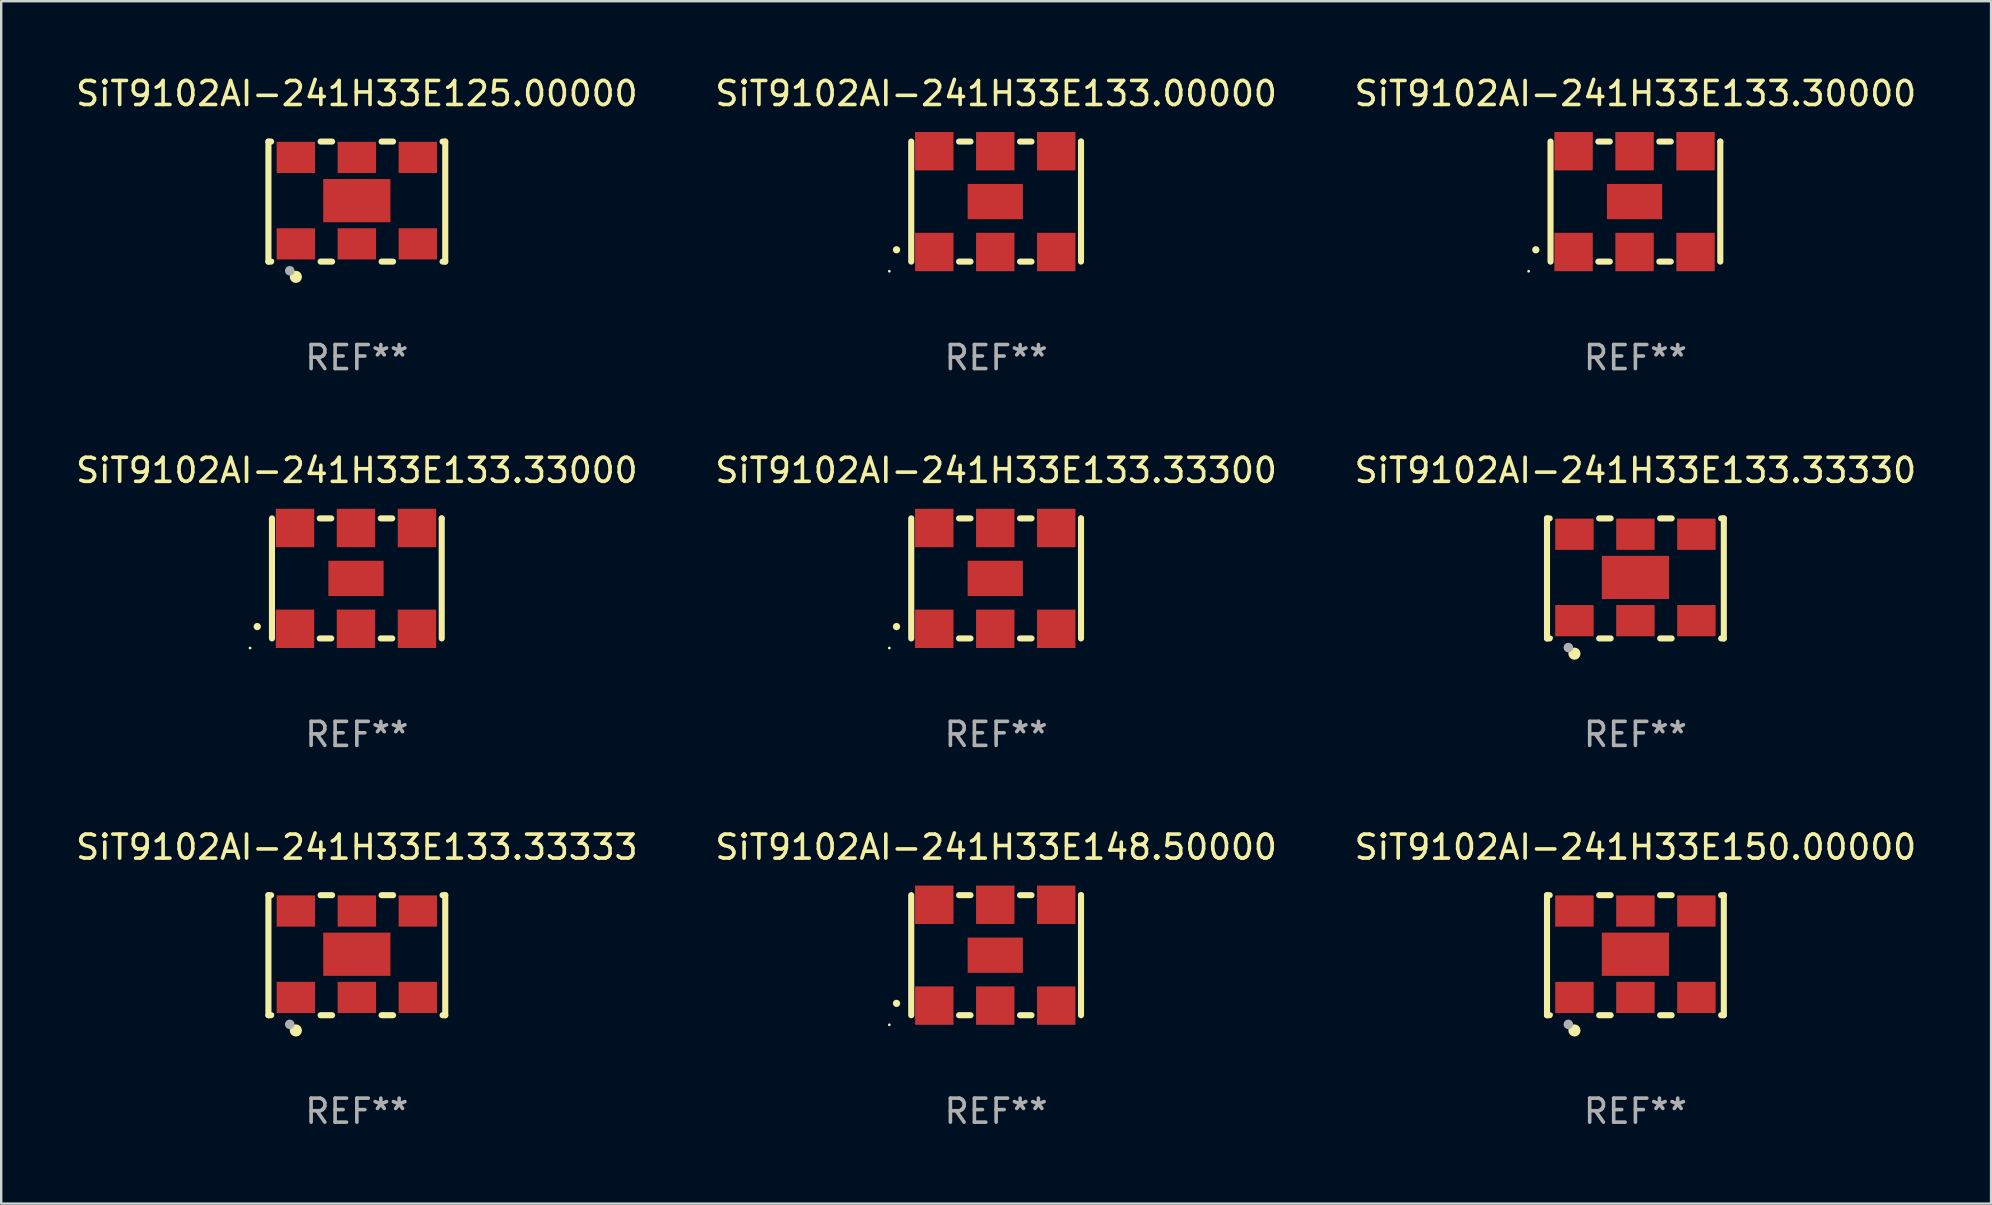
<source format=kicad_pcb>
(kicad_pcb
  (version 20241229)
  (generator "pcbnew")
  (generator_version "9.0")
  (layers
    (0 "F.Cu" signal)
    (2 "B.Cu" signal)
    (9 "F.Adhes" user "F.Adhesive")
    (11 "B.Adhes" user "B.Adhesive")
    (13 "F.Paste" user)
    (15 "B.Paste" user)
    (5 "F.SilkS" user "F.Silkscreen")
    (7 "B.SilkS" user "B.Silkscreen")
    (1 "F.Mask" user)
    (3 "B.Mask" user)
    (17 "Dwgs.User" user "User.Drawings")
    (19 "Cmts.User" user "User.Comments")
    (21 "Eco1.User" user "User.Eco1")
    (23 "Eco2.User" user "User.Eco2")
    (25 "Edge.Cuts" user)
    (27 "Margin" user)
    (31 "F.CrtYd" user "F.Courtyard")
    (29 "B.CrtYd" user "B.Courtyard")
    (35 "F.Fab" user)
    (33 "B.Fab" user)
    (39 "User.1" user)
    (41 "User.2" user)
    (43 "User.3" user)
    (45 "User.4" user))
  (footprint "SiT9102AI-241H33E133.33000"
    (layer "F.Cu")
    (at 11.815 21.045)
    (property "Reference" "SiT9102AI-241H33E133.33000" (at 0 -4.5 0) (layer "F.SilkS") (effects (font (size 1 1) (thickness 0.15))))
    (attr through_hole)
    (fp_line (start -3.536 -2.5) (end -3.536 2.5) (stroke (width 0.254) (type solid)) (layer "F.SilkS"))
    (fp_line (start -1.544 2.5) (end -1.067 2.5) (stroke (width 0.254) (type solid)) (layer "F.SilkS"))
    (fp_line (start -1.067 -2.5) (end -1.544 -2.5) (stroke (width 0.254) (type solid)) (layer "F.SilkS"))
    (fp_line (start 0.996 2.5) (end 1.473 2.5) (stroke (width 0.254) (type solid)) (layer "F.SilkS"))
    (fp_line (start 1.473 -2.5) (end 0.996 -2.5) (stroke (width 0.254) (type solid)) (layer "F.SilkS"))
    (fp_line (start 3.536 -2.5) (end 3.536 -2.5) (stroke (width 0.254) (type solid)) (layer "F.SilkS"))
    (fp_line (start 3.536 2.5) (end 3.536 -2.5) (stroke (width 0.254) (type solid)) (layer "F.SilkS"))
    (fp_arc (start -4.150432 2.006604) (mid -4.149162 2.006599) (end -4.147892 2.006604) (stroke (width 0.3) (type solid)) (layer "F.SilkS"))
    (fp_circle (center -4.449 2.9) (end -4.419 2.9) (stroke (width 0.06) (type solid)) (fill no) (layer "F.SilkS"))
    (fp_text user "REF**" (at 0 6.5 0) (layer "F.Fab") (effects (font (size 1 1) (thickness 0.15))))
    (pad "1" smd rect (at -2.576 2.1) (size 1.6 1.6) (layers "F.Cu" "F.Mask" "F.Paste"))
    (pad "2" smd rect (at -0.036 2.1) (size 1.6 1.6) (layers "F.Cu" "F.Mask" "F.Paste"))
    (pad "3" smd rect (at 2.504 2.1) (size 1.6 1.6) (layers "F.Cu" "F.Mask" "F.Paste"))
    (pad "4" smd rect (at 2.504 -2.1) (size 1.6 1.6) (layers "F.Cu" "F.Mask" "F.Paste"))
    (pad "5" smd rect (at -0.036 -2.1) (size 1.6 1.6) (layers "F.Cu" "F.Mask" "F.Paste"))
    (pad "6" smd rect (at -2.576 -2.1) (size 1.6 1.6) (layers "F.Cu" "F.Mask" "F.Paste"))
    (pad "7" smd rect (at -0.036 0) (size 2.3 1.47) (layers "F.Cu" "F.Mask" "F.Paste")))
  (footprint "SiT9102AI-241H33E150.00000"
    (layer "F.Cu")
    (at 65.077 36.741)
    (property "Reference" "SiT9102AI-241H33E150.00000" (at 0 -4.5 0) (layer "F.SilkS") (effects (font (size 1 1) (thickness 0.15))))
    (attr through_hole)
    (fp_line (start -3.683 -2.5) (end -3.571 -2.5) (stroke (width 0.254) (type solid)) (layer "F.SilkS"))
    (fp_line (start -3.683 2.5) (end -3.683 -2.5) (stroke (width 0.254) (type solid)) (layer "F.SilkS"))
    (fp_line (start -3.683 2.5) (end -3.571 2.5) (stroke (width 0.254) (type solid)) (layer "F.SilkS"))
    (fp_line (start -1.509 -2.5) (end -1.031 -2.5) (stroke (width 0.254) (type solid)) (layer "F.SilkS"))
    (fp_line (start -1.509 2.5) (end -1.031 2.5) (stroke (width 0.254) (type solid)) (layer "F.SilkS"))
    (fp_line (start 1.031 -2.5) (end 1.509 -2.5) (stroke (width 0.254) (type solid)) (layer "F.SilkS"))
    (fp_line (start 1.031 2.5) (end 1.509 2.5) (stroke (width 0.254) (type solid)) (layer "F.SilkS"))
    (fp_line (start 3.571 -2.5) (end 3.683 -2.5) (stroke (width 0.254) (type solid)) (layer "F.SilkS"))
    (fp_line (start 3.571 2.5) (end 3.683 2.5) (stroke (width 0.254) (type solid)) (layer "F.SilkS"))
    (fp_line (start 3.683 2.5) (end 3.683 -2.5) (stroke (width 0.254) (type solid)) (layer "F.SilkS"))
    (fp_circle (center -3.5 2.46) (end -3.47 2.46) (stroke (width 0.06) (type solid)) (fill no) (layer "F.SilkS"))
    (fp_circle (center -2.54 3.135) (end -2.413 3.135) (stroke (width 0.254) (type solid)) (fill no) (layer "F.SilkS"))
    (fp_circle (center -2.794 2.881) (end -2.694 2.881) (stroke (width 0.2) (type solid)) (fill no) (layer "F.Fab"))
    (fp_text user "REF**" (at 0 6.5 0) (layer "F.Fab") (effects (font (size 1 1) (thickness 0.15))))
    (pad "1" smd rect (at -2.54 1.76) (size 1.6 1.3) (layers "F.Cu" "F.Mask" "F.Paste"))
    (pad "2" smd rect (at 0 1.76) (size 1.6 1.3) (layers "F.Cu" "F.Mask" "F.Paste"))
    (pad "3" smd rect (at 2.54 1.76) (size 1.6 1.3) (layers "F.Cu" "F.Mask" "F.Paste"))
    (pad "4" smd rect (at 2.54 -1.84) (size 1.6 1.3) (layers "F.Cu" "F.Mask" "F.Paste"))
    (pad "5" smd rect (at 0 -1.84) (size 1.6 1.3) (layers "F.Cu" "F.Mask" "F.Paste"))
    (pad "6" smd rect (at -2.54 -1.84) (size 1.6 1.3) (layers "F.Cu" "F.Mask" "F.Paste"))
    (pad "7" smd rect (at 0 -0.04) (size 2.8 1.8) (layers "F.Cu" "F.Mask" "F.Paste")))
  (footprint "SiT9102AI-241H33E133.33330"
    (layer "F.Cu")
    (at 65.077 21.045)
    (property "Reference" "SiT9102AI-241H33E133.33330" (at 0 -4.5 0) (layer "F.SilkS") (effects (font (size 1 1) (thickness 0.15))))
    (attr through_hole)
    (fp_line (start -3.683 -2.5) (end -3.571 -2.5) (stroke (width 0.254) (type solid)) (layer "F.SilkS"))
    (fp_line (start -3.683 2.5) (end -3.683 -2.5) (stroke (width 0.254) (type solid)) (layer "F.SilkS"))
    (fp_line (start -3.683 2.5) (end -3.571 2.5) (stroke (width 0.254) (type solid)) (layer "F.SilkS"))
    (fp_line (start -1.509 -2.5) (end -1.031 -2.5) (stroke (width 0.254) (type solid)) (layer "F.SilkS"))
    (fp_line (start -1.509 2.5) (end -1.031 2.5) (stroke (width 0.254) (type solid)) (layer "F.SilkS"))
    (fp_line (start 1.031 -2.5) (end 1.509 -2.5) (stroke (width 0.254) (type solid)) (layer "F.SilkS"))
    (fp_line (start 1.031 2.5) (end 1.509 2.5) (stroke (width 0.254) (type solid)) (layer "F.SilkS"))
    (fp_line (start 3.571 -2.5) (end 3.683 -2.5) (stroke (width 0.254) (type solid)) (layer "F.SilkS"))
    (fp_line (start 3.571 2.5) (end 3.683 2.5) (stroke (width 0.254) (type solid)) (layer "F.SilkS"))
    (fp_line (start 3.683 2.5) (end 3.683 -2.5) (stroke (width 0.254) (type solid)) (layer "F.SilkS"))
    (fp_circle (center -3.5 2.46) (end -3.47 2.46) (stroke (width 0.06) (type solid)) (fill no) (layer "F.SilkS"))
    (fp_circle (center -2.54 3.135) (end -2.413 3.135) (stroke (width 0.254) (type solid)) (fill no) (layer "F.SilkS"))
    (fp_circle (center -2.794 2.881) (end -2.694 2.881) (stroke (width 0.2) (type solid)) (fill no) (layer "F.Fab"))
    (fp_text user "REF**" (at 0 6.5 0) (layer "F.Fab") (effects (font (size 1 1) (thickness 0.15))))
    (pad "1" smd rect (at -2.54 1.76) (size 1.6 1.3) (layers "F.Cu" "F.Mask" "F.Paste"))
    (pad "2" smd rect (at 0 1.76) (size 1.6 1.3) (layers "F.Cu" "F.Mask" "F.Paste"))
    (pad "3" smd rect (at 2.54 1.76) (size 1.6 1.3) (layers "F.Cu" "F.Mask" "F.Paste"))
    (pad "4" smd rect (at 2.54 -1.84) (size 1.6 1.3) (layers "F.Cu" "F.Mask" "F.Paste"))
    (pad "5" smd rect (at 0 -1.84) (size 1.6 1.3) (layers "F.Cu" "F.Mask" "F.Paste"))
    (pad "6" smd rect (at -2.54 -1.84) (size 1.6 1.3) (layers "F.Cu" "F.Mask" "F.Paste"))
    (pad "7" smd rect (at 0 -0.04) (size 2.8 1.8) (layers "F.Cu" "F.Mask" "F.Paste")))
  (footprint "SiT9102AI-241H33E133.33333"
    (layer "F.Cu")
    (at 11.815 36.741)
    (property "Reference" "SiT9102AI-241H33E133.33333" (at 0 -4.5 0) (layer "F.SilkS") (effects (font (size 1 1) (thickness 0.15))))
    (attr through_hole)
    (fp_line (start -3.683 -2.5) (end -3.571 -2.5) (stroke (width 0.254) (type solid)) (layer "F.SilkS"))
    (fp_line (start -3.683 2.5) (end -3.683 -2.5) (stroke (width 0.254) (type solid)) (layer "F.SilkS"))
    (fp_line (start -3.683 2.5) (end -3.571 2.5) (stroke (width 0.254) (type solid)) (layer "F.SilkS"))
    (fp_line (start -1.509 -2.5) (end -1.031 -2.5) (stroke (width 0.254) (type solid)) (layer "F.SilkS"))
    (fp_line (start -1.509 2.5) (end -1.031 2.5) (stroke (width 0.254) (type solid)) (layer "F.SilkS"))
    (fp_line (start 1.031 -2.5) (end 1.509 -2.5) (stroke (width 0.254) (type solid)) (layer "F.SilkS"))
    (fp_line (start 1.031 2.5) (end 1.509 2.5) (stroke (width 0.254) (type solid)) (layer "F.SilkS"))
    (fp_line (start 3.571 -2.5) (end 3.683 -2.5) (stroke (width 0.254) (type solid)) (layer "F.SilkS"))
    (fp_line (start 3.571 2.5) (end 3.683 2.5) (stroke (width 0.254) (type solid)) (layer "F.SilkS"))
    (fp_line (start 3.683 2.5) (end 3.683 -2.5) (stroke (width 0.254) (type solid)) (layer "F.SilkS"))
    (fp_circle (center -3.5 2.46) (end -3.47 2.46) (stroke (width 0.06) (type solid)) (fill no) (layer "F.SilkS"))
    (fp_circle (center -2.54 3.135) (end -2.413 3.135) (stroke (width 0.254) (type solid)) (fill no) (layer "F.SilkS"))
    (fp_circle (center -2.794 2.881) (end -2.694 2.881) (stroke (width 0.2) (type solid)) (fill no) (layer "F.Fab"))
    (fp_text user "REF**" (at 0 6.5 0) (layer "F.Fab") (effects (font (size 1 1) (thickness 0.15))))
    (pad "1" smd rect (at -2.54 1.76) (size 1.6 1.3) (layers "F.Cu" "F.Mask" "F.Paste"))
    (pad "2" smd rect (at 0 1.76) (size 1.6 1.3) (layers "F.Cu" "F.Mask" "F.Paste"))
    (pad "3" smd rect (at 2.54 1.76) (size 1.6 1.3) (layers "F.Cu" "F.Mask" "F.Paste"))
    (pad "4" smd rect (at 2.54 -1.84) (size 1.6 1.3) (layers "F.Cu" "F.Mask" "F.Paste"))
    (pad "5" smd rect (at 0 -1.84) (size 1.6 1.3) (layers "F.Cu" "F.Mask" "F.Paste"))
    (pad "6" smd rect (at -2.54 -1.84) (size 1.6 1.3) (layers "F.Cu" "F.Mask" "F.Paste"))
    (pad "7" smd rect (at 0 -0.04) (size 2.8 1.8) (layers "F.Cu" "F.Mask" "F.Paste")))
  (footprint "SiT9102AI-241H33E133.30000"
    (layer "F.Cu")
    (at 65.077 5.348)
    (property "Reference" "SiT9102AI-241H33E133.30000" (at 0 -4.5 0) (layer "F.SilkS") (effects (font (size 1 1) (thickness 0.15))))
    (attr through_hole)
    (fp_line (start -3.536 -2.5) (end -3.536 2.5) (stroke (width 0.254) (type solid)) (layer "F.SilkS"))
    (fp_line (start -1.544 2.5) (end -1.067 2.5) (stroke (width 0.254) (type solid)) (layer "F.SilkS"))
    (fp_line (start -1.067 -2.5) (end -1.544 -2.5) (stroke (width 0.254) (type solid)) (layer "F.SilkS"))
    (fp_line (start 0.996 2.5) (end 1.473 2.5) (stroke (width 0.254) (type solid)) (layer "F.SilkS"))
    (fp_line (start 1.473 -2.5) (end 0.996 -2.5) (stroke (width 0.254) (type solid)) (layer "F.SilkS"))
    (fp_line (start 3.536 -2.5) (end 3.536 -2.5) (stroke (width 0.254) (type solid)) (layer "F.SilkS"))
    (fp_line (start 3.536 2.5) (end 3.536 -2.5) (stroke (width 0.254) (type solid)) (layer "F.SilkS"))
    (fp_arc (start -4.150432 2.006604) (mid -4.149162 2.006599) (end -4.147892 2.006604) (stroke (width 0.3) (type solid)) (layer "F.SilkS"))
    (fp_circle (center -4.449 2.9) (end -4.419 2.9) (stroke (width 0.06) (type solid)) (fill no) (layer "F.SilkS"))
    (fp_text user "REF**" (at 0 6.5 0) (layer "F.Fab") (effects (font (size 1 1) (thickness 0.15))))
    (pad "1" smd rect (at -2.576 2.1) (size 1.6 1.6) (layers "F.Cu" "F.Mask" "F.Paste"))
    (pad "2" smd rect (at -0.036 2.1) (size 1.6 1.6) (layers "F.Cu" "F.Mask" "F.Paste"))
    (pad "3" smd rect (at 2.504 2.1) (size 1.6 1.6) (layers "F.Cu" "F.Mask" "F.Paste"))
    (pad "4" smd rect (at 2.504 -2.1) (size 1.6 1.6) (layers "F.Cu" "F.Mask" "F.Paste"))
    (pad "5" smd rect (at -0.036 -2.1) (size 1.6 1.6) (layers "F.Cu" "F.Mask" "F.Paste"))
    (pad "6" smd rect (at -2.576 -2.1) (size 1.6 1.6) (layers "F.Cu" "F.Mask" "F.Paste"))
    (pad "7" smd rect (at -0.036 0) (size 2.3 1.47) (layers "F.Cu" "F.Mask" "F.Paste")))
  (footprint "SiT9102AI-241H33E133.00000"
    (layer "F.Cu")
    (at 38.446 5.348)
    (property "Reference" "SiT9102AI-241H33E133.00000" (at 0 -4.5 0) (layer "F.SilkS") (effects (font (size 1 1) (thickness 0.15))))
    (attr through_hole)
    (fp_line (start -3.536 -2.5) (end -3.536 2.5) (stroke (width 0.254) (type solid)) (layer "F.SilkS"))
    (fp_line (start -1.544 2.5) (end -1.067 2.5) (stroke (width 0.254) (type solid)) (layer "F.SilkS"))
    (fp_line (start -1.067 -2.5) (end -1.544 -2.5) (stroke (width 0.254) (type solid)) (layer "F.SilkS"))
    (fp_line (start 0.996 2.5) (end 1.473 2.5) (stroke (width 0.254) (type solid)) (layer "F.SilkS"))
    (fp_line (start 1.473 -2.5) (end 0.996 -2.5) (stroke (width 0.254) (type solid)) (layer "F.SilkS"))
    (fp_line (start 3.536 -2.5) (end 3.536 -2.5) (stroke (width 0.254) (type solid)) (layer "F.SilkS"))
    (fp_line (start 3.536 2.5) (end 3.536 -2.5) (stroke (width 0.254) (type solid)) (layer "F.SilkS"))
    (fp_arc (start -4.150432 2.006604) (mid -4.149162 2.006599) (end -4.147892 2.006604) (stroke (width 0.3) (type solid)) (layer "F.SilkS"))
    (fp_circle (center -4.449 2.9) (end -4.419 2.9) (stroke (width 0.06) (type solid)) (fill no) (layer "F.SilkS"))
    (fp_text user "REF**" (at 0 6.5 0) (layer "F.Fab") (effects (font (size 1 1) (thickness 0.15))))
    (pad "1" smd rect (at -2.576 2.1) (size 1.6 1.6) (layers "F.Cu" "F.Mask" "F.Paste"))
    (pad "2" smd rect (at -0.036 2.1) (size 1.6 1.6) (layers "F.Cu" "F.Mask" "F.Paste"))
    (pad "3" smd rect (at 2.504 2.1) (size 1.6 1.6) (layers "F.Cu" "F.Mask" "F.Paste"))
    (pad "4" smd rect (at 2.504 -2.1) (size 1.6 1.6) (layers "F.Cu" "F.Mask" "F.Paste"))
    (pad "5" smd rect (at -0.036 -2.1) (size 1.6 1.6) (layers "F.Cu" "F.Mask" "F.Paste"))
    (pad "6" smd rect (at -2.576 -2.1) (size 1.6 1.6) (layers "F.Cu" "F.Mask" "F.Paste"))
    (pad "7" smd rect (at -0.036 0) (size 2.3 1.47) (layers "F.Cu" "F.Mask" "F.Paste")))
  (footprint "SiT9102AI-241H33E133.33300"
    (layer "F.Cu")
    (at 38.446 21.045)
    (property "Reference" "SiT9102AI-241H33E133.33300" (at 0 -4.5 0) (layer "F.SilkS") (effects (font (size 1 1) (thickness 0.15))))
    (attr through_hole)
    (fp_line (start -3.536 -2.5) (end -3.536 2.5) (stroke (width 0.254) (type solid)) (layer "F.SilkS"))
    (fp_line (start -1.544 2.5) (end -1.067 2.5) (stroke (width 0.254) (type solid)) (layer "F.SilkS"))
    (fp_line (start -1.067 -2.5) (end -1.544 -2.5) (stroke (width 0.254) (type solid)) (layer "F.SilkS"))
    (fp_line (start 0.996 2.5) (end 1.473 2.5) (stroke (width 0.254) (type solid)) (layer "F.SilkS"))
    (fp_line (start 1.473 -2.5) (end 0.996 -2.5) (stroke (width 0.254) (type solid)) (layer "F.SilkS"))
    (fp_line (start 3.536 -2.5) (end 3.536 -2.5) (stroke (width 0.254) (type solid)) (layer "F.SilkS"))
    (fp_line (start 3.536 2.5) (end 3.536 -2.5) (stroke (width 0.254) (type solid)) (layer "F.SilkS"))
    (fp_arc (start -4.150432 2.006604) (mid -4.149162 2.006599) (end -4.147892 2.006604) (stroke (width 0.3) (type solid)) (layer "F.SilkS"))
    (fp_circle (center -4.449 2.9) (end -4.419 2.9) (stroke (width 0.06) (type solid)) (fill no) (layer "F.SilkS"))
    (fp_text user "REF**" (at 0 6.5 0) (layer "F.Fab") (effects (font (size 1 1) (thickness 0.15))))
    (pad "1" smd rect (at -2.576 2.1) (size 1.6 1.6) (layers "F.Cu" "F.Mask" "F.Paste"))
    (pad "2" smd rect (at -0.036 2.1) (size 1.6 1.6) (layers "F.Cu" "F.Mask" "F.Paste"))
    (pad "3" smd rect (at 2.504 2.1) (size 1.6 1.6) (layers "F.Cu" "F.Mask" "F.Paste"))
    (pad "4" smd rect (at 2.504 -2.1) (size 1.6 1.6) (layers "F.Cu" "F.Mask" "F.Paste"))
    (pad "5" smd rect (at -0.036 -2.1) (size 1.6 1.6) (layers "F.Cu" "F.Mask" "F.Paste"))
    (pad "6" smd rect (at -2.576 -2.1) (size 1.6 1.6) (layers "F.Cu" "F.Mask" "F.Paste"))
    (pad "7" smd rect (at -0.036 0) (size 2.3 1.47) (layers "F.Cu" "F.Mask" "F.Paste")))
  (footprint "SiT9102AI-241H33E125.00000"
    (layer "F.Cu")
    (at 11.815 5.348)
    (property "Reference" "SiT9102AI-241H33E125.00000" (at 0 -4.5 0) (layer "F.SilkS") (effects (font (size 1 1) (thickness 0.15))))
    (attr through_hole)
    (fp_line (start -3.683 -2.5) (end -3.571 -2.5) (stroke (width 0.254) (type solid)) (layer "F.SilkS"))
    (fp_line (start -3.683 2.5) (end -3.683 -2.5) (stroke (width 0.254) (type solid)) (layer "F.SilkS"))
    (fp_line (start -3.683 2.5) (end -3.571 2.5) (stroke (width 0.254) (type solid)) (layer "F.SilkS"))
    (fp_line (start -1.509 -2.5) (end -1.031 -2.5) (stroke (width 0.254) (type solid)) (layer "F.SilkS"))
    (fp_line (start -1.509 2.5) (end -1.031 2.5) (stroke (width 0.254) (type solid)) (layer "F.SilkS"))
    (fp_line (start 1.031 -2.5) (end 1.509 -2.5) (stroke (width 0.254) (type solid)) (layer "F.SilkS"))
    (fp_line (start 1.031 2.5) (end 1.509 2.5) (stroke (width 0.254) (type solid)) (layer "F.SilkS"))
    (fp_line (start 3.571 -2.5) (end 3.683 -2.5) (stroke (width 0.254) (type solid)) (layer "F.SilkS"))
    (fp_line (start 3.571 2.5) (end 3.683 2.5) (stroke (width 0.254) (type solid)) (layer "F.SilkS"))
    (fp_line (start 3.683 2.5) (end 3.683 -2.5) (stroke (width 0.254) (type solid)) (layer "F.SilkS"))
    (fp_circle (center -3.5 2.46) (end -3.47 2.46) (stroke (width 0.06) (type solid)) (fill no) (layer "F.SilkS"))
    (fp_circle (center -2.54 3.135) (end -2.413 3.135) (stroke (width 0.254) (type solid)) (fill no) (layer "F.SilkS"))
    (fp_circle (center -2.794 2.881) (end -2.694 2.881) (stroke (width 0.2) (type solid)) (fill no) (layer "F.Fab"))
    (fp_text user "REF**" (at 0 6.5 0) (layer "F.Fab") (effects (font (size 1 1) (thickness 0.15))))
    (pad "1" smd rect (at -2.54 1.76) (size 1.6 1.3) (layers "F.Cu" "F.Mask" "F.Paste"))
    (pad "2" smd rect (at 0 1.76) (size 1.6 1.3) (layers "F.Cu" "F.Mask" "F.Paste"))
    (pad "3" smd rect (at 2.54 1.76) (size 1.6 1.3) (layers "F.Cu" "F.Mask" "F.Paste"))
    (pad "4" smd rect (at 2.54 -1.84) (size 1.6 1.3) (layers "F.Cu" "F.Mask" "F.Paste"))
    (pad "5" smd rect (at 0 -1.84) (size 1.6 1.3) (layers "F.Cu" "F.Mask" "F.Paste"))
    (pad "6" smd rect (at -2.54 -1.84) (size 1.6 1.3) (layers "F.Cu" "F.Mask" "F.Paste"))
    (pad "7" smd rect (at 0 -0.04) (size 2.8 1.8) (layers "F.Cu" "F.Mask" "F.Paste")))
  (footprint "SiT9102AI-241H33E148.50000"
    (layer "F.Cu")
    (at 38.446 36.741)
    (property "Reference" "SiT9102AI-241H33E148.50000" (at 0 -4.5 0) (layer "F.SilkS") (effects (font (size 1 1) (thickness 0.15))))
    (attr through_hole)
    (fp_line (start -3.536 -2.5) (end -3.536 2.5) (stroke (width 0.254) (type solid)) (layer "F.SilkS"))
    (fp_line (start -1.544 2.5) (end -1.067 2.5) (stroke (width 0.254) (type solid)) (layer "F.SilkS"))
    (fp_line (start -1.067 -2.5) (end -1.544 -2.5) (stroke (width 0.254) (type solid)) (layer "F.SilkS"))
    (fp_line (start 0.996 2.5) (end 1.473 2.5) (stroke (width 0.254) (type solid)) (layer "F.SilkS"))
    (fp_line (start 1.473 -2.5) (end 0.996 -2.5) (stroke (width 0.254) (type solid)) (layer "F.SilkS"))
    (fp_line (start 3.536 -2.5) (end 3.536 -2.5) (stroke (width 0.254) (type solid)) (layer "F.SilkS"))
    (fp_line (start 3.536 2.5) (end 3.536 -2.5) (stroke (width 0.254) (type solid)) (layer "F.SilkS"))
    (fp_arc (start -4.150432 2.006604) (mid -4.149162 2.006599) (end -4.147892 2.006604) (stroke (width 0.3) (type solid)) (layer "F.SilkS"))
    (fp_circle (center -4.449 2.9) (end -4.419 2.9) (stroke (width 0.06) (type solid)) (fill no) (layer "F.SilkS"))
    (fp_text user "REF**" (at 0 6.5 0) (layer "F.Fab") (effects (font (size 1 1) (thickness 0.15))))
    (pad "1" smd rect (at -2.576 2.1) (size 1.6 1.6) (layers "F.Cu" "F.Mask" "F.Paste"))
    (pad "2" smd rect (at -0.036 2.1) (size 1.6 1.6) (layers "F.Cu" "F.Mask" "F.Paste"))
    (pad "3" smd rect (at 2.504 2.1) (size 1.6 1.6) (layers "F.Cu" "F.Mask" "F.Paste"))
    (pad "4" smd rect (at 2.504 -2.1) (size 1.6 1.6) (layers "F.Cu" "F.Mask" "F.Paste"))
    (pad "5" smd rect (at -0.036 -2.1) (size 1.6 1.6) (layers "F.Cu" "F.Mask" "F.Paste"))
    (pad "6" smd rect (at -2.576 -2.1) (size 1.6 1.6) (layers "F.Cu" "F.Mask" "F.Paste"))
    (pad "7" smd rect (at -0.036 0) (size 2.3 1.47) (layers "F.Cu" "F.Mask" "F.Paste")))
  (gr_rect
    (start -3 -3)
    (end 79.893 47.09)
    (stroke (width 0.1) (type default))
    (fill no)
    (layer "Edge.Cuts")))
</source>
